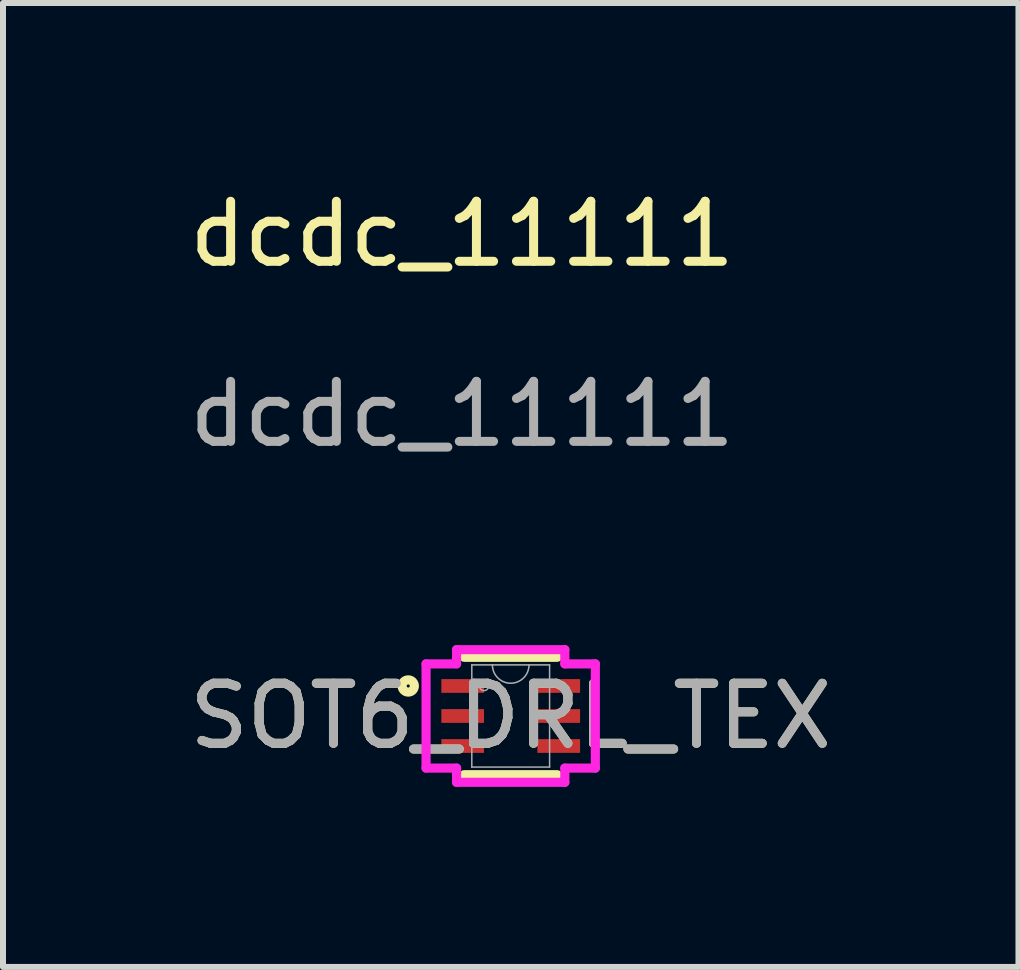
<source format=kicad_pcb>
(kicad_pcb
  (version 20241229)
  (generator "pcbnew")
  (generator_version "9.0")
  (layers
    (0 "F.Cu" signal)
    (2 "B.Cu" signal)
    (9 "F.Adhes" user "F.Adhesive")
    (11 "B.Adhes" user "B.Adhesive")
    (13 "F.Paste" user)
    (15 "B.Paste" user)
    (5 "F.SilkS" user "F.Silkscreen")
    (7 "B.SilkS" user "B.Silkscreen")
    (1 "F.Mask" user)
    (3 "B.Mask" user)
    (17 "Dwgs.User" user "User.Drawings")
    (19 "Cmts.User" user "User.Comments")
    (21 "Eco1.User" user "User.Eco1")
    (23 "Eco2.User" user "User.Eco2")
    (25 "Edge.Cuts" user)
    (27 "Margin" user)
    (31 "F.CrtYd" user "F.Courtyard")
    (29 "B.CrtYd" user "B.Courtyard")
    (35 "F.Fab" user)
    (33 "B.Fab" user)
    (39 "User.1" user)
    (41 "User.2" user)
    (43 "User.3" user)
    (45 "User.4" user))
  (footprint "SOT6_DRL_TEX"
    (layer "F.Cu")
    (at 5.458 8.878)
    (property "Reference" "SOT6_DRL_TEX" (at 0 0 0) (unlocked yes) (layer "F.SilkS") (effects (font (size 1 1) (thickness 0.15))))
    (attr smd)
    (fp_line (start -0.775 0.978) (end 0.775 0.978) (stroke (width 0.152) (type solid)) (layer "F.SilkS"))
    (fp_line (start 0.775 -0.978) (end -0.775 -0.978) (stroke (width 0.152) (type solid)) (layer "F.SilkS"))
    (fp_circle (center -1.707 -0.5) (end -1.605 -0.5) (stroke (width 0.152) (type solid)) (fill no) (layer "F.SilkS"))
    (fp_line (start -1.41 -0.868) (end -0.902 -0.868) (stroke (width 0.152) (type solid)) (layer "F.CrtYd"))
    (fp_line (start -1.41 0.868) (end -1.41 -0.868) (stroke (width 0.152) (type solid)) (layer "F.CrtYd"))
    (fp_line (start -1.41 0.868) (end -0.902 0.868) (stroke (width 0.152) (type solid)) (layer "F.CrtYd"))
    (fp_line (start -0.902 -1.105) (end 0.902 -1.105) (stroke (width 0.152) (type solid)) (layer "F.CrtYd"))
    (fp_line (start -0.902 -0.868) (end -0.902 -1.105) (stroke (width 0.152) (type solid)) (layer "F.CrtYd"))
    (fp_line (start -0.902 1.105) (end -0.902 0.868) (stroke (width 0.152) (type solid)) (layer "F.CrtYd"))
    (fp_line (start 0.902 -1.105) (end 0.902 -0.868) (stroke (width 0.152) (type solid)) (layer "F.CrtYd"))
    (fp_line (start 0.902 0.868) (end 0.902 1.105) (stroke (width 0.152) (type solid)) (layer "F.CrtYd"))
    (fp_line (start 0.902 1.105) (end -0.902 1.105) (stroke (width 0.152) (type solid)) (layer "F.CrtYd"))
    (fp_line (start 1.41 -0.868) (end 0.902 -0.868) (stroke (width 0.152) (type solid)) (layer "F.CrtYd"))
    (fp_line (start 1.41 -0.868) (end 1.41 0.868) (stroke (width 0.152) (type solid)) (layer "F.CrtYd"))
    (fp_line (start 1.41 0.868) (end 0.902 0.868) (stroke (width 0.152) (type solid)) (layer "F.CrtYd"))
    (fp_line (start -0.648 -0.851) (end -0.648 0.851) (stroke (width 0.025) (type solid)) (layer "F.Fab"))
    (fp_line (start -0.648 0.851) (end 0.648 0.851) (stroke (width 0.025) (type solid)) (layer "F.Fab"))
    (fp_line (start 0.648 -0.851) (end -0.648 -0.851) (stroke (width 0.025) (type solid)) (layer "F.Fab"))
    (fp_line (start 0.648 0.851) (end 0.648 -0.851) (stroke (width 0.025) (type solid)) (layer "F.Fab"))
    (fp_arc (start 0.3048 -0.8509) (mid 0 -0.5461) (end -0.3048 -0.8509) (stroke (width 0.0254) (type solid)) (layer "F.Fab"))
    (fp_circle (center -0.445 -0.5) (end -0.368 -0.5) (stroke (width 0.025) (type solid)) (fill no) (layer "F.Fab"))
    (fp_text user "${REFERENCE}" (at 0 0 0) (unlocked yes) (layer "F.Fab") (effects (font (size 1 1) (thickness 0.15))))
    (pad "1" smd rect (at -0.8 -0.5) (size 0.711 0.229) (layers "F.Cu" "F.Mask" "F.Paste"))
    (pad "2" smd rect (at -0.8 0) (size 0.711 0.229) (layers "F.Cu" "F.Mask" "F.Paste"))
    (pad "3" smd rect (at -0.8 0.5) (size 0.711 0.229) (layers "F.Cu" "F.Mask" "F.Paste"))
    (pad "4" smd rect (at 0.8 0.5) (size 0.711 0.229) (layers "F.Cu" "F.Mask" "F.Paste"))
    (pad "5" smd rect (at 0.8 0) (size 0.711 0.229) (layers "F.Cu" "F.Mask" "F.Paste"))
    (pad "6" smd rect (at 0.8 -0.5) (size 0.711 0.229) (layers "F.Cu" "F.Mask" "F.Paste")))
  (footprint "dcdc_11111"
    (layer "F.Cu")
    (at 4.649 1.348)
    (property "Reference" "dcdc_11111" (at 0 -0.5 0) (unlocked yes) (layer "F.SilkS") (effects (font (size 1 1) (thickness 0.15))))
    (attr smd)
    (fp_text user "${REFERENCE}" (at 0 2.5 0) (unlocked yes) (layer "F.Fab") (effects (font (size 1 1) (thickness 0.15)))))
  (gr_rect
    (start -3 -3)
    (end 13.917 13.059)
    (stroke (width 0.1) (type default))
    (fill no)
    (layer "Edge.Cuts")))
</source>
